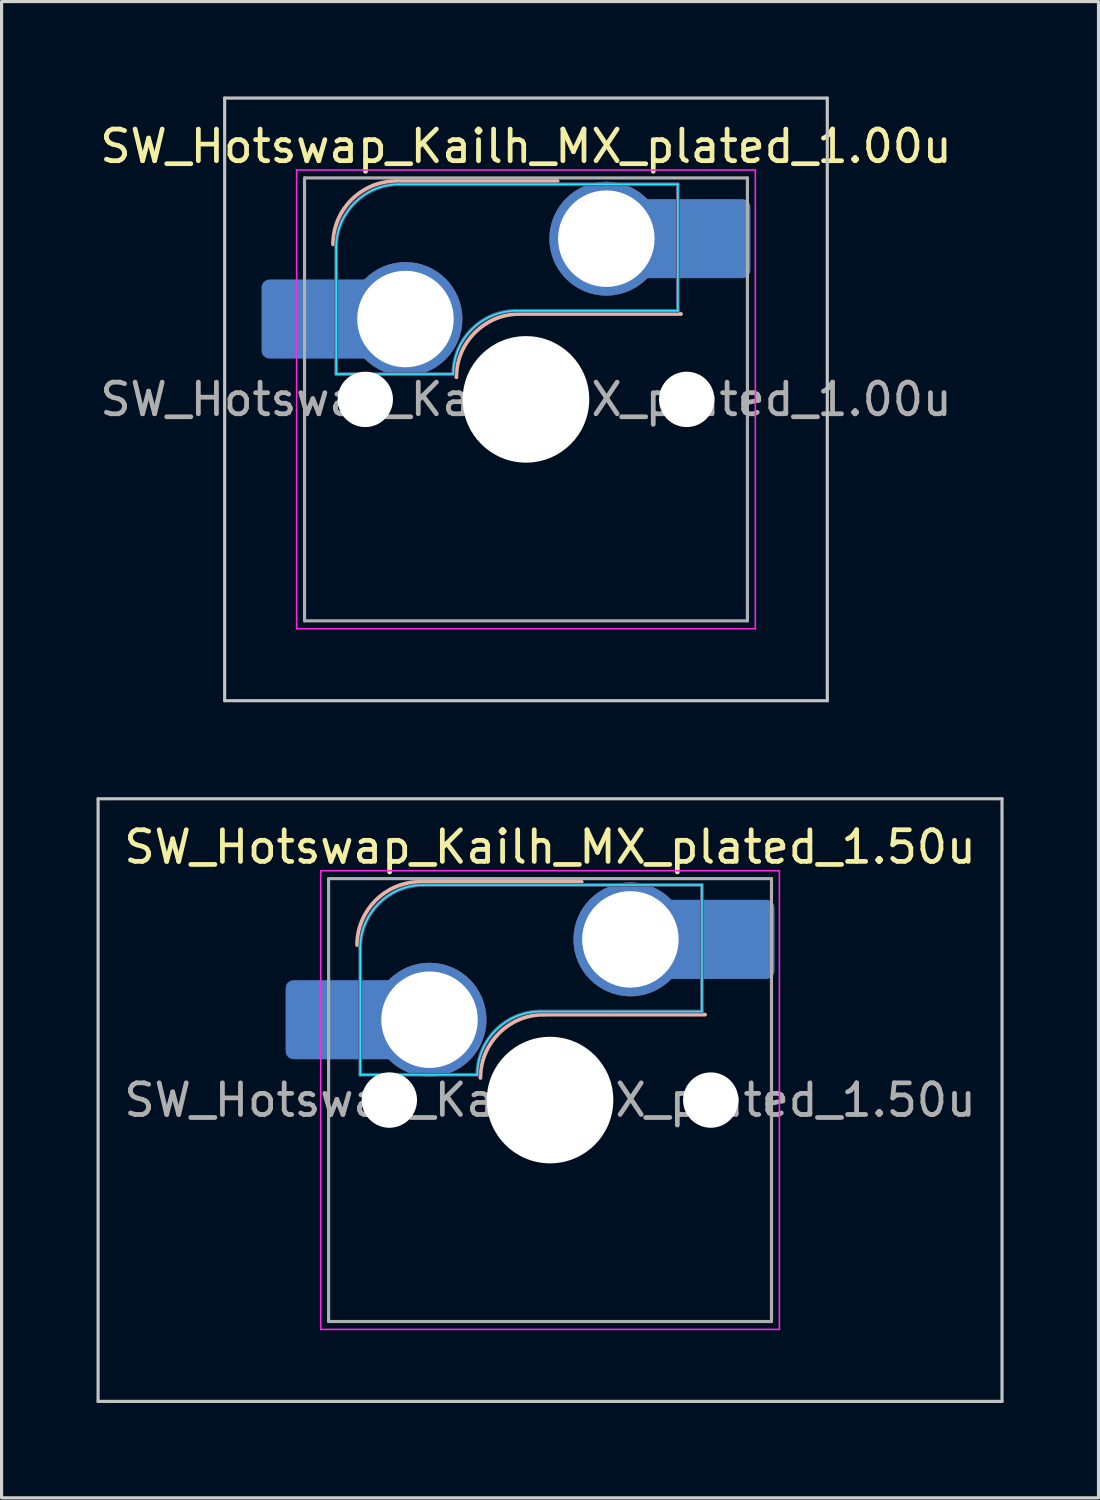
<source format=kicad_pcb>
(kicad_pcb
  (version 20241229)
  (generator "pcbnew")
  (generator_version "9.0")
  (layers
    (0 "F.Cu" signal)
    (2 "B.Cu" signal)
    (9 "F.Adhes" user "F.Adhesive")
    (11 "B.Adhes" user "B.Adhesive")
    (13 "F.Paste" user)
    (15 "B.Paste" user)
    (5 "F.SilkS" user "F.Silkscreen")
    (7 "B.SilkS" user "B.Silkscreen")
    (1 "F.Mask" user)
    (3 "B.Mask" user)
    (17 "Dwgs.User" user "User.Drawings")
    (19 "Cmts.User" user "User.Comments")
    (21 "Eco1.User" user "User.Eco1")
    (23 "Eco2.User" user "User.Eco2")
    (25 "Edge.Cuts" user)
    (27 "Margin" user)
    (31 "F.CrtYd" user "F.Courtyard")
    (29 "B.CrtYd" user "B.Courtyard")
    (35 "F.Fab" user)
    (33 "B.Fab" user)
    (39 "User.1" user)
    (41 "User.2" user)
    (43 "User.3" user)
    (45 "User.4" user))
  (footprint "SW_Hotswap_Kailh_MX_plated_1.00u"
    (layer "F.Cu")
    (at 13.577 9.575)
    (property "Reference" "SW_Hotswap_Kailh_MX_plated_1.00u" (at 0 -8 0) (layer "F.SilkS") (effects (font (size 1 1) (thickness 0.15))))
    (attr smd)
    (fp_line (start -4.1 -6.9) (end 1 -6.9) (stroke (width 0.12) (type solid)) (layer "B.SilkS"))
    (fp_line (start -0.2 -2.7) (end 4.9 -2.7) (stroke (width 0.12) (type solid)) (layer "B.SilkS"))
    (fp_arc (start -6.1 -4.9) (mid -5.514214 -6.314214) (end -4.1 -6.9) (stroke (width 0.12) (type solid)) (layer "B.SilkS"))
    (fp_arc (start -2.2 -0.7) (mid -1.614214 -2.114214) (end -0.2 -2.7) (stroke (width 0.12) (type solid)) (layer "B.SilkS"))
    (fp_line (start -9.525 -9.525) (end -9.525 9.525) (stroke (width 0.1) (type solid)) (layer "Dwgs.User"))
    (fp_line (start -9.525 9.525) (end 9.525 9.525) (stroke (width 0.1) (type solid)) (layer "Dwgs.User"))
    (fp_line (start 9.525 -9.525) (end -9.525 -9.525) (stroke (width 0.1) (type solid)) (layer "Dwgs.User"))
    (fp_line (start 9.525 9.525) (end 9.525 -9.525) (stroke (width 0.1) (type solid)) (layer "Dwgs.User"))
    (fp_line (start -7.8 -6) (end -7 -6) (stroke (width 0.1) (type solid)) (layer "Eco1.User"))
    (fp_line (start -7.8 -2.9) (end -7.8 -6) (stroke (width 0.1) (type solid)) (layer "Eco1.User"))
    (fp_line (start -7.8 2.9) (end -7 2.9) (stroke (width 0.1) (type solid)) (layer "Eco1.User"))
    (fp_line (start -7.8 6) (end -7.8 2.9) (stroke (width 0.1) (type solid)) (layer "Eco1.User"))
    (fp_line (start -7 -7) (end 7 -7) (stroke (width 0.1) (type solid)) (layer "Eco1.User"))
    (fp_line (start -7 -6) (end -7 -7) (stroke (width 0.1) (type solid)) (layer "Eco1.User"))
    (fp_line (start -7 -2.9) (end -7.8 -2.9) (stroke (width 0.1) (type solid)) (layer "Eco1.User"))
    (fp_line (start -7 2.9) (end -7 -2.9) (stroke (width 0.1) (type solid)) (layer "Eco1.User"))
    (fp_line (start -7 6) (end -7.8 6) (stroke (width 0.1) (type solid)) (layer "Eco1.User"))
    (fp_line (start -7 7) (end -7 6) (stroke (width 0.1) (type solid)) (layer "Eco1.User"))
    (fp_line (start 7 -7) (end 7 -6) (stroke (width 0.1) (type solid)) (layer "Eco1.User"))
    (fp_line (start 7 -6) (end 7.8 -6) (stroke (width 0.1) (type solid)) (layer "Eco1.User"))
    (fp_line (start 7 -2.9) (end 7 2.9) (stroke (width 0.1) (type solid)) (layer "Eco1.User"))
    (fp_line (start 7 2.9) (end 7.8 2.9) (stroke (width 0.1) (type solid)) (layer "Eco1.User"))
    (fp_line (start 7 6) (end 7 7) (stroke (width 0.1) (type solid)) (layer "Eco1.User"))
    (fp_line (start 7 7) (end -7 7) (stroke (width 0.1) (type solid)) (layer "Eco1.User"))
    (fp_line (start 7.8 -6) (end 7.8 -2.9) (stroke (width 0.1) (type solid)) (layer "Eco1.User"))
    (fp_line (start 7.8 -2.9) (end 7 -2.9) (stroke (width 0.1) (type solid)) (layer "Eco1.User"))
    (fp_line (start 7.8 2.9) (end 7.8 6) (stroke (width 0.1) (type solid)) (layer "Eco1.User"))
    (fp_line (start 7.8 6) (end 7 6) (stroke (width 0.1) (type solid)) (layer "Eco1.User"))
    (fp_line (start -6 -0.8) (end -6 -4.8) (stroke (width 0.05) (type solid)) (layer "B.CrtYd"))
    (fp_line (start -6 -0.8) (end -2.3 -0.8) (stroke (width 0.05) (type solid)) (layer "B.CrtYd"))
    (fp_line (start -4 -6.8) (end 4.8 -6.8) (stroke (width 0.05) (type solid)) (layer "B.CrtYd"))
    (fp_line (start -0.3 -2.8) (end 4.8 -2.8) (stroke (width 0.05) (type solid)) (layer "B.CrtYd"))
    (fp_line (start 4.8 -6.8) (end 4.8 -2.8) (stroke (width 0.05) (type solid)) (layer "B.CrtYd"))
    (fp_arc (start -6 -4.8) (mid -5.414214 -6.214214) (end -4 -6.8) (stroke (width 0.05) (type solid)) (layer "B.CrtYd"))
    (fp_arc (start -2.3 -0.8) (mid -1.714214 -2.214214) (end -0.3 -2.8) (stroke (width 0.05) (type solid)) (layer "B.CrtYd"))
    (fp_line (start -7.25 -7.25) (end -7.25 7.25) (stroke (width 0.05) (type solid)) (layer "F.CrtYd"))
    (fp_line (start -7.25 7.25) (end 7.25 7.25) (stroke (width 0.05) (type solid)) (layer "F.CrtYd"))
    (fp_line (start 7.25 -7.25) (end -7.25 -7.25) (stroke (width 0.05) (type solid)) (layer "F.CrtYd"))
    (fp_line (start 7.25 7.25) (end 7.25 -7.25) (stroke (width 0.05) (type solid)) (layer "F.CrtYd"))
    (fp_line (start -6 -0.8) (end -6 -4.8) (stroke (width 0.12) (type solid)) (layer "B.Fab"))
    (fp_line (start -6 -0.8) (end -2.3 -0.8) (stroke (width 0.12) (type solid)) (layer "B.Fab"))
    (fp_line (start -4 -6.8) (end 4.8 -6.8) (stroke (width 0.12) (type solid)) (layer "B.Fab"))
    (fp_line (start -0.3 -2.8) (end 4.8 -2.8) (stroke (width 0.12) (type solid)) (layer "B.Fab"))
    (fp_line (start 4.8 -6.8) (end 4.8 -2.8) (stroke (width 0.12) (type solid)) (layer "B.Fab"))
    (fp_arc (start -6 -4.8) (mid -5.414214 -6.214214) (end -4 -6.8) (stroke (width 0.12) (type solid)) (layer "B.Fab"))
    (fp_arc (start -2.3 -0.8) (mid -1.714214 -2.214214) (end -0.3 -2.8) (stroke (width 0.12) (type solid)) (layer "B.Fab"))
    (fp_line (start -7 -7) (end -7 7) (stroke (width 0.1) (type solid)) (layer "F.Fab"))
    (fp_line (start -7 7) (end 7 7) (stroke (width 0.1) (type solid)) (layer "F.Fab"))
    (fp_line (start 7 -7) (end -7 -7) (stroke (width 0.1) (type solid)) (layer "F.Fab"))
    (fp_line (start 7 7) (end 7 -7) (stroke (width 0.1) (type solid)) (layer "F.Fab"))
    (fp_text user "${REFERENCE}" (at 0 0 0) (layer "F.Fab") (effects (font (size 1 1) (thickness 0.15))))
    (pad "" smd roundrect (at -7.085 -2.54) (size 2.55 2.5) (layers "B.Mask" "B.Paste") (roundrect_rratio 0.1))
    (pad "" np_thru_hole circle (at -5.08 0) (size 1.75 1.75) (drill 1.75) (layers "*.Cu" "*.Mask"))
    (pad "" smd circle (at -3.81 -2.54) (size 3.1 3.1) (layers "F.Mask"))
    (pad "" np_thru_hole circle (at 0 0) (size 4 4) (drill 4) (layers "*.Cu" "*.Mask"))
    (pad "" smd circle (at 2.54 -5.08) (size 3.1 3.1) (layers "F.Mask"))
    (pad "" np_thru_hole circle (at 5.08 0) (size 1.75 1.75) (drill 1.75) (layers "*.Cu" "*.Mask"))
    (pad "" smd roundrect (at 5.842 -5.08) (size 2.55 2.5) (layers "B.Mask" "B.Paste") (roundrect_rratio 0.1))
    (pad "1" smd roundrect (at -6.585 -2.54) (size 3.55 2.5) (layers "B.Cu") (roundrect_rratio 0.1))
    (pad "1" thru_hole circle (at -3.81 -2.54) (size 3.6 3.6) (drill 3.05) (layers "*.Cu" "B.Mask"))
    (pad "2" thru_hole circle (at 2.54 -5.08) (size 3.6 3.6) (drill 3.05) (layers "*.Cu" "B.Mask"))
    (pad "2" smd roundrect (at 5.32 -5.08) (size 3.55 2.5) (layers "B.Cu") (roundrect_rratio 0.1)))
  (footprint "SW_Hotswap_Kailh_MX_plated_1.50u"
    (layer "F.Cu")
    (at 14.338 31.725)
    (property "Reference" "SW_Hotswap_Kailh_MX_plated_1.50u" (at 0 -8 0) (layer "F.SilkS") (effects (font (size 1 1) (thickness 0.15))))
    (attr smd)
    (fp_line (start -4.1 -6.9) (end 1 -6.9) (stroke (width 0.12) (type solid)) (layer "B.SilkS"))
    (fp_line (start -0.2 -2.7) (end 4.9 -2.7) (stroke (width 0.12) (type solid)) (layer "B.SilkS"))
    (fp_arc (start -6.1 -4.9) (mid -5.514214 -6.314214) (end -4.1 -6.9) (stroke (width 0.12) (type solid)) (layer "B.SilkS"))
    (fp_arc (start -2.2 -0.7) (mid -1.614214 -2.114214) (end -0.2 -2.7) (stroke (width 0.12) (type solid)) (layer "B.SilkS"))
    (fp_line (start -14.287 -9.525) (end -14.287 9.525) (stroke (width 0.1) (type solid)) (layer "Dwgs.User"))
    (fp_line (start -14.287 9.525) (end 14.287 9.525) (stroke (width 0.1) (type solid)) (layer "Dwgs.User"))
    (fp_line (start 14.287 -9.525) (end -14.287 -9.525) (stroke (width 0.1) (type solid)) (layer "Dwgs.User"))
    (fp_line (start 14.287 9.525) (end 14.287 -9.525) (stroke (width 0.1) (type solid)) (layer "Dwgs.User"))
    (fp_line (start -7.8 -6) (end -7 -6) (stroke (width 0.1) (type solid)) (layer "Eco1.User"))
    (fp_line (start -7.8 -2.9) (end -7.8 -6) (stroke (width 0.1) (type solid)) (layer "Eco1.User"))
    (fp_line (start -7.8 2.9) (end -7 2.9) (stroke (width 0.1) (type solid)) (layer "Eco1.User"))
    (fp_line (start -7.8 6) (end -7.8 2.9) (stroke (width 0.1) (type solid)) (layer "Eco1.User"))
    (fp_line (start -7 -7) (end 7 -7) (stroke (width 0.1) (type solid)) (layer "Eco1.User"))
    (fp_line (start -7 -6) (end -7 -7) (stroke (width 0.1) (type solid)) (layer "Eco1.User"))
    (fp_line (start -7 -2.9) (end -7.8 -2.9) (stroke (width 0.1) (type solid)) (layer "Eco1.User"))
    (fp_line (start -7 2.9) (end -7 -2.9) (stroke (width 0.1) (type solid)) (layer "Eco1.User"))
    (fp_line (start -7 6) (end -7.8 6) (stroke (width 0.1) (type solid)) (layer "Eco1.User"))
    (fp_line (start -7 7) (end -7 6) (stroke (width 0.1) (type solid)) (layer "Eco1.User"))
    (fp_line (start 7 -7) (end 7 -6) (stroke (width 0.1) (type solid)) (layer "Eco1.User"))
    (fp_line (start 7 -6) (end 7.8 -6) (stroke (width 0.1) (type solid)) (layer "Eco1.User"))
    (fp_line (start 7 -2.9) (end 7 2.9) (stroke (width 0.1) (type solid)) (layer "Eco1.User"))
    (fp_line (start 7 2.9) (end 7.8 2.9) (stroke (width 0.1) (type solid)) (layer "Eco1.User"))
    (fp_line (start 7 6) (end 7 7) (stroke (width 0.1) (type solid)) (layer "Eco1.User"))
    (fp_line (start 7 7) (end -7 7) (stroke (width 0.1) (type solid)) (layer "Eco1.User"))
    (fp_line (start 7.8 -6) (end 7.8 -2.9) (stroke (width 0.1) (type solid)) (layer "Eco1.User"))
    (fp_line (start 7.8 -2.9) (end 7 -2.9) (stroke (width 0.1) (type solid)) (layer "Eco1.User"))
    (fp_line (start 7.8 2.9) (end 7.8 6) (stroke (width 0.1) (type solid)) (layer "Eco1.User"))
    (fp_line (start 7.8 6) (end 7 6) (stroke (width 0.1) (type solid)) (layer "Eco1.User"))
    (fp_line (start -6 -0.8) (end -6 -4.8) (stroke (width 0.05) (type solid)) (layer "B.CrtYd"))
    (fp_line (start -6 -0.8) (end -2.3 -0.8) (stroke (width 0.05) (type solid)) (layer "B.CrtYd"))
    (fp_line (start -4 -6.8) (end 4.8 -6.8) (stroke (width 0.05) (type solid)) (layer "B.CrtYd"))
    (fp_line (start -0.3 -2.8) (end 4.8 -2.8) (stroke (width 0.05) (type solid)) (layer "B.CrtYd"))
    (fp_line (start 4.8 -6.8) (end 4.8 -2.8) (stroke (width 0.05) (type solid)) (layer "B.CrtYd"))
    (fp_arc (start -6 -4.8) (mid -5.414214 -6.214214) (end -4 -6.8) (stroke (width 0.05) (type solid)) (layer "B.CrtYd"))
    (fp_arc (start -2.3 -0.8) (mid -1.714214 -2.214214) (end -0.3 -2.8) (stroke (width 0.05) (type solid)) (layer "B.CrtYd"))
    (fp_line (start -7.25 -7.25) (end -7.25 7.25) (stroke (width 0.05) (type solid)) (layer "F.CrtYd"))
    (fp_line (start -7.25 7.25) (end 7.25 7.25) (stroke (width 0.05) (type solid)) (layer "F.CrtYd"))
    (fp_line (start 7.25 -7.25) (end -7.25 -7.25) (stroke (width 0.05) (type solid)) (layer "F.CrtYd"))
    (fp_line (start 7.25 7.25) (end 7.25 -7.25) (stroke (width 0.05) (type solid)) (layer "F.CrtYd"))
    (fp_line (start -6 -0.8) (end -6 -4.8) (stroke (width 0.12) (type solid)) (layer "B.Fab"))
    (fp_line (start -6 -0.8) (end -2.3 -0.8) (stroke (width 0.12) (type solid)) (layer "B.Fab"))
    (fp_line (start -4 -6.8) (end 4.8 -6.8) (stroke (width 0.12) (type solid)) (layer "B.Fab"))
    (fp_line (start -0.3 -2.8) (end 4.8 -2.8) (stroke (width 0.12) (type solid)) (layer "B.Fab"))
    (fp_line (start 4.8 -6.8) (end 4.8 -2.8) (stroke (width 0.12) (type solid)) (layer "B.Fab"))
    (fp_arc (start -6 -4.8) (mid -5.414214 -6.214214) (end -4 -6.8) (stroke (width 0.12) (type solid)) (layer "B.Fab"))
    (fp_arc (start -2.3 -0.8) (mid -1.714214 -2.214214) (end -0.3 -2.8) (stroke (width 0.12) (type solid)) (layer "B.Fab"))
    (fp_line (start -7 -7) (end -7 7) (stroke (width 0.1) (type solid)) (layer "F.Fab"))
    (fp_line (start -7 7) (end 7 7) (stroke (width 0.1) (type solid)) (layer "F.Fab"))
    (fp_line (start 7 -7) (end -7 -7) (stroke (width 0.1) (type solid)) (layer "F.Fab"))
    (fp_line (start 7 7) (end 7 -7) (stroke (width 0.1) (type solid)) (layer "F.Fab"))
    (fp_text user "${REFERENCE}" (at 0 0 0) (layer "F.Fab") (effects (font (size 1 1) (thickness 0.15))))
    (pad "" smd roundrect (at -7.085 -2.54) (size 2.55 2.5) (layers "B.Mask" "B.Paste") (roundrect_rratio 0.1))
    (pad "" np_thru_hole circle (at -5.08 0) (size 1.75 1.75) (drill 1.75) (layers "*.Cu" "*.Mask"))
    (pad "" smd circle (at -3.81 -2.54) (size 3.1 3.1) (layers "F.Mask"))
    (pad "" np_thru_hole circle (at 0 0) (size 4 4) (drill 4) (layers "*.Cu" "*.Mask"))
    (pad "" smd circle (at 2.54 -5.08) (size 3.1 3.1) (layers "F.Mask"))
    (pad "" np_thru_hole circle (at 5.08 0) (size 1.75 1.75) (drill 1.75) (layers "*.Cu" "*.Mask"))
    (pad "" smd roundrect (at 5.842 -5.08) (size 2.55 2.5) (layers "B.Mask" "B.Paste") (roundrect_rratio 0.1))
    (pad "1" smd roundrect (at -6.585 -2.54) (size 3.55 2.5) (layers "B.Cu") (roundrect_rratio 0.1))
    (pad "1" thru_hole circle (at -3.81 -2.54) (size 3.6 3.6) (drill 3.05) (layers "*.Cu" "B.Mask"))
    (pad "2" thru_hole circle (at 2.54 -5.08) (size 3.6 3.6) (drill 3.05) (layers "*.Cu" "B.Mask"))
    (pad "2" smd roundrect (at 5.32 -5.08) (size 3.55 2.5) (layers "B.Cu") (roundrect_rratio 0.1)))
  (gr_rect
    (start -3 -3)
    (end 31.675 44.3)
    (stroke (width 0.1) (type default))
    (fill no)
    (layer "Edge.Cuts")))
</source>
